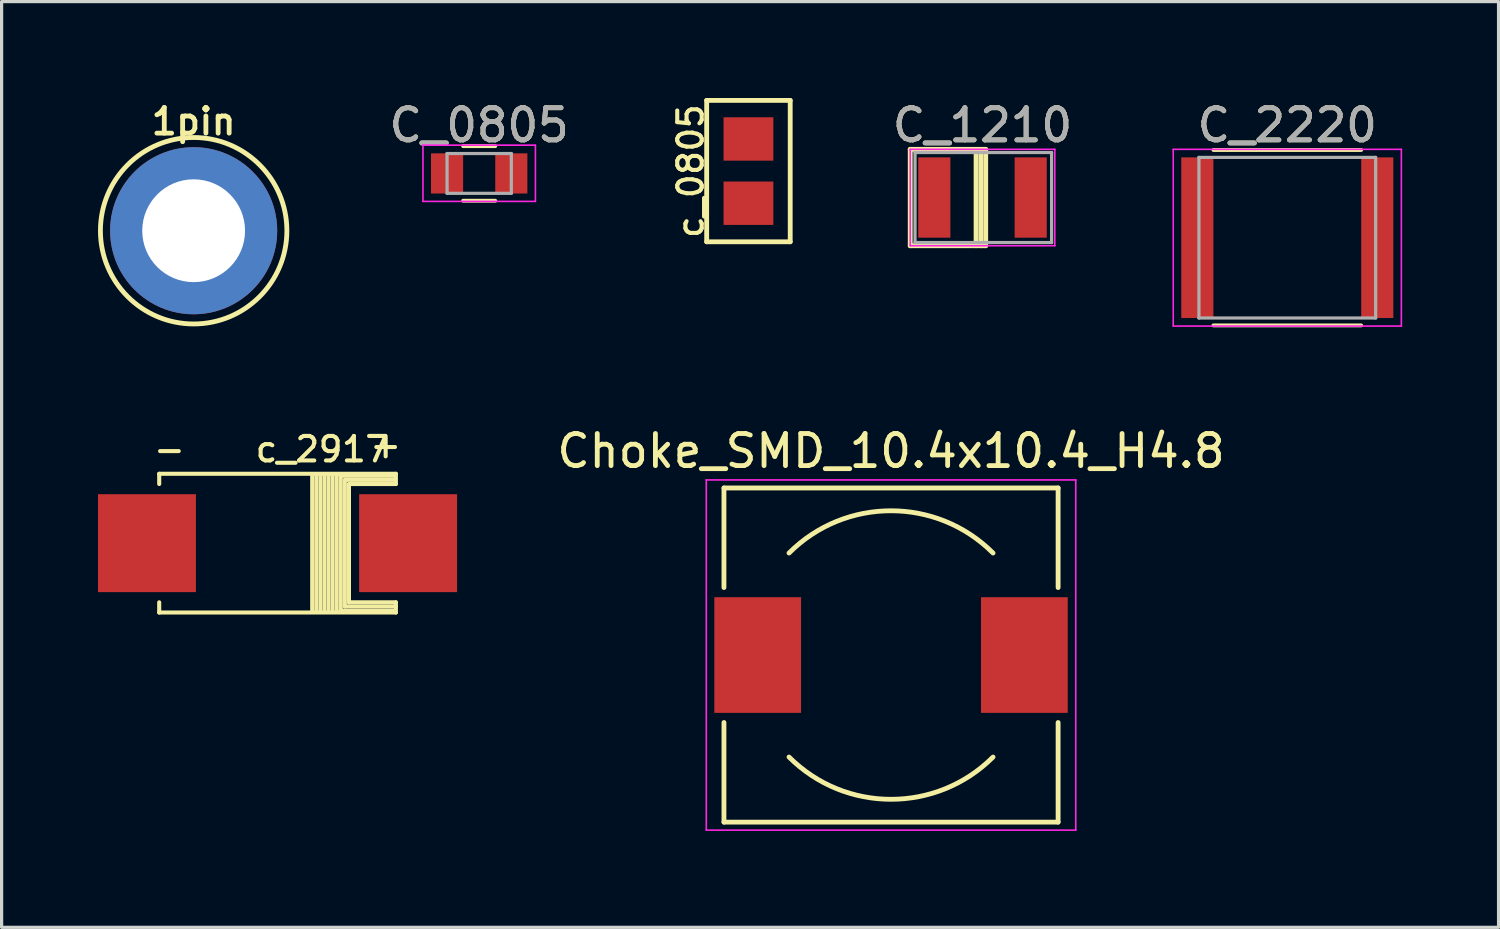
<source format=kicad_pcb>
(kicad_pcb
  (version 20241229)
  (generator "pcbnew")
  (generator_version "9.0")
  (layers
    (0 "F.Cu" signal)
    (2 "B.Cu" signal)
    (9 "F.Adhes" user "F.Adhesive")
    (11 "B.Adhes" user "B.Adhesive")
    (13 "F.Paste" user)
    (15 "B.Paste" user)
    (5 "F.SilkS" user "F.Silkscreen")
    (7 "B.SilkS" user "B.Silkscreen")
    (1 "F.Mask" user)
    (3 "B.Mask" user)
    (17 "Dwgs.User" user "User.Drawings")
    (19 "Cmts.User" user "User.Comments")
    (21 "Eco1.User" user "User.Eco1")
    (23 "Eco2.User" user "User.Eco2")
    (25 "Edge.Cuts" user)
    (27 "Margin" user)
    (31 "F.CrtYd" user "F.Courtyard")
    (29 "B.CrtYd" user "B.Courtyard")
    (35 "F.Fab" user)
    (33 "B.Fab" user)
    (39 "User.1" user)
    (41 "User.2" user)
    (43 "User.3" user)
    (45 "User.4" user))
  (footprint "1pin"
    (layer "F.Cu")
    (at 2.977 4.131)
    (property "Reference" "1pin" (at 0 -3.4 0) (layer "F.SilkS") (effects (font (size 0.8 0.8) (thickness 0.15))))
    (attr through_hole)
    (fp_circle (center 0 0) (end 2.9 0.1) (stroke (width 0.15) (type solid)) (fill no) (layer "F.SilkS"))
    (pad "1" thru_hole circle (at 0 0) (size 5.2 5.2) (drill 3.2) (layers "*.Cu" "*.Mask")))
  (footprint "Choke_SMD_10.4x10.4_H4.8"
    (layer "F.Cu")
    (at 24.682 17.337)
    (property "Reference" "Choke_SMD_10.4x10.4_H4.8" (at 0 -6.35 0) (layer "F.SilkS") (effects (font (size 1 1) (thickness 0.15))))
    (attr smd)
    (fp_line (start -5.2 -5.2) (end -5.2 -2.1) (stroke (width 0.15) (type solid)) (layer "F.SilkS"))
    (fp_line (start -5.2 -5.2) (end 5.2 -5.2) (stroke (width 0.15) (type solid)) (layer "F.SilkS"))
    (fp_line (start -5.2 5.2) (end -5.2 2.1) (stroke (width 0.15) (type solid)) (layer "F.SilkS"))
    (fp_line (start -5.2 5.2) (end 5.2 5.2) (stroke (width 0.15) (type solid)) (layer "F.SilkS"))
    (fp_line (start 5.2 -5.2) (end 5.2 -2.1) (stroke (width 0.15) (type solid)) (layer "F.SilkS"))
    (fp_line (start 5.2 5.2) (end 5.2 2.1) (stroke (width 0.15) (type solid)) (layer "F.SilkS"))
    (fp_arc (start -3.175 -3.175) (mid 0 -4.490128) (end 3.175 -3.175) (stroke (width 0.15) (type solid)) (layer "F.SilkS"))
    (fp_arc (start 3.175 3.175) (mid 0 4.490128) (end -3.175 3.175) (stroke (width 0.15) (type solid)) (layer "F.SilkS"))
    (fp_line (start -5.75 -5.45) (end -5.75 5.45) (stroke (width 0.05) (type solid)) (layer "F.CrtYd"))
    (fp_line (start -5.75 5.45) (end 5.75 5.45) (stroke (width 0.05) (type solid)) (layer "F.CrtYd"))
    (fp_line (start 5.75 -5.45) (end -5.75 -5.45) (stroke (width 0.05) (type solid)) (layer "F.CrtYd"))
    (fp_line (start 5.75 5.45) (end 5.75 -5.45) (stroke (width 0.05) (type solid)) (layer "F.CrtYd"))
    (pad "1" smd rect (at -4.15 0) (size 2.7 3.6) (layers "F.Cu" "F.Mask" "F.Paste"))
    (pad "2" smd rect (at 4.15 0) (size 2.7 3.6) (layers "F.Cu" "F.Mask" "F.Paste")))
  (footprint "c_0805"
    (layer "F.Cu")
    (at 20.244 2.275)
    (property "Reference" "c_0805" (at -1.8 0 90) (layer "F.SilkS") (effects (font (size 0.762 0.762) (thickness 0.127))))
    (attr smd)
    (fp_line (start -1.3 -2.2) (end 1.3 -2.2) (stroke (width 0.15) (type solid)) (layer "F.SilkS"))
    (fp_line (start -1.3 2.2) (end -1.3 -2.2) (stroke (width 0.15) (type solid)) (layer "F.SilkS"))
    (fp_line (start 1.3 -2.2) (end 1.3 2.2) (stroke (width 0.15) (type solid)) (layer "F.SilkS"))
    (fp_line (start 1.3 2.2) (end -1.3 2.2) (stroke (width 0.15) (type solid)) (layer "F.SilkS"))
    (pad "1" smd rect (at 0 -1 90) (size 1.35 1.55) (layers "F.Cu" "F.Mask" "F.Paste"))
    (pad "2" smd rect (at 0 1 90) (size 1.35 1.55) (layers "F.Cu" "F.Mask" "F.Paste")))
  (footprint "C_0805"
    (layer "F.Cu")
    (at 11.864 2.348)
    (property "Reference" "C_0805" (at 0 -1.5 0) (layer "F.SilkS") (effects (font (size 1 1) (thickness 0.15))))
    (attr smd)
    (fp_line (start -0.5 0.85) (end 0.5 0.85) (stroke (width 0.12) (type solid)) (layer "F.SilkS"))
    (fp_line (start 0.5 -0.85) (end -0.5 -0.85) (stroke (width 0.12) (type solid)) (layer "F.SilkS"))
    (fp_line (start -1.75 -0.88) (end -1.75 0.87) (stroke (width 0.05) (type solid)) (layer "F.CrtYd"))
    (fp_line (start -1.75 -0.88) (end 1.75 -0.88) (stroke (width 0.05) (type solid)) (layer "F.CrtYd"))
    (fp_line (start 1.75 0.87) (end -1.75 0.87) (stroke (width 0.05) (type solid)) (layer "F.CrtYd"))
    (fp_line (start 1.75 0.87) (end 1.75 -0.88) (stroke (width 0.05) (type solid)) (layer "F.CrtYd"))
    (fp_line (start -1 -0.62) (end 1 -0.62) (stroke (width 0.1) (type solid)) (layer "F.Fab"))
    (fp_line (start -1 0.62) (end -1 -0.62) (stroke (width 0.1) (type solid)) (layer "F.Fab"))
    (fp_line (start 1 -0.62) (end 1 0.62) (stroke (width 0.1) (type solid)) (layer "F.Fab"))
    (fp_line (start 1 0.62) (end -1 0.62) (stroke (width 0.1) (type solid)) (layer "F.Fab"))
    (fp_text user "${REFERENCE}" (at 0 -1.5 0) (layer "F.Fab") (effects (font (size 1 1) (thickness 0.15))))
    (pad "1" smd rect (at -1 0) (size 1 1.25) (layers "F.Cu" "F.Mask" "F.Paste"))
    (pad "2" smd rect (at 1 0) (size 1 1.25) (layers "F.Cu" "F.Mask" "F.Paste")))
  (footprint "c_2917"
    (layer "F.Cu")
    (at 5.588 13.855)
    (property "Reference" "c_2917" (at 1.397 -2.921 0) (layer "F.SilkS") (effects (font (size 0.762 0.762) (thickness 0.127))))
    (attr smd)
    (fp_line (start -3.683 -2.159) (end 3.683 -2.159) (stroke (width 0.127) (type solid)) (layer "F.SilkS"))
    (fp_line (start -3.683 -1.841) (end -3.683 -2.159) (stroke (width 0.127) (type solid)) (layer "F.SilkS"))
    (fp_line (start -3.683 2.159) (end -3.683 1.841) (stroke (width 0.127) (type solid)) (layer "F.SilkS"))
    (fp_line (start 1.079 -2.095) (end 1.079 2.095) (stroke (width 0.127) (type solid)) (layer "F.SilkS"))
    (fp_line (start 1.206 -2.095) (end 1.206 2.095) (stroke (width 0.127) (type solid)) (layer "F.SilkS"))
    (fp_line (start 1.333 -2.095) (end 1.333 2.095) (stroke (width 0.127) (type solid)) (layer "F.SilkS"))
    (fp_line (start 1.46 2.095) (end 1.46 -2.095) (stroke (width 0.127) (type solid)) (layer "F.SilkS"))
    (fp_line (start 1.587 -2.095) (end 1.587 2.095) (stroke (width 0.127) (type solid)) (layer "F.SilkS"))
    (fp_line (start 1.714 2.095) (end 1.714 -2.095) (stroke (width 0.127) (type solid)) (layer "F.SilkS"))
    (fp_line (start 1.841 -2.095) (end 1.841 2.095) (stroke (width 0.127) (type solid)) (layer "F.SilkS"))
    (fp_line (start 1.968 -2.095) (end 1.968 2.095) (stroke (width 0.127) (type solid)) (layer "F.SilkS"))
    (fp_line (start 1.968 2.095) (end 3.619 2.095) (stroke (width 0.127) (type solid)) (layer "F.SilkS"))
    (fp_line (start 2.095 -1.968) (end 3.619 -1.968) (stroke (width 0.127) (type solid)) (layer "F.SilkS"))
    (fp_line (start 2.095 1.968) (end 2.095 -1.968) (stroke (width 0.127) (type solid)) (layer "F.SilkS"))
    (fp_line (start 2.223 -1.841) (end 2.223 1.841) (stroke (width 0.127) (type solid)) (layer "F.SilkS"))
    (fp_line (start 2.223 1.841) (end 3.683 1.841) (stroke (width 0.127) (type solid)) (layer "F.SilkS"))
    (fp_line (start 3.619 -2.095) (end 1.968 -2.095) (stroke (width 0.127) (type solid)) (layer "F.SilkS"))
    (fp_line (start 3.683 -2.159) (end 3.683 -1.841) (stroke (width 0.127) (type solid)) (layer "F.SilkS"))
    (fp_line (start 3.683 -1.841) (end 2.223 -1.841) (stroke (width 0.127) (type solid)) (layer "F.SilkS"))
    (fp_line (start 3.683 1.841) (end 3.683 2.159) (stroke (width 0.127) (type solid)) (layer "F.SilkS"))
    (fp_line (start 3.683 1.968) (end 2.095 1.968) (stroke (width 0.127) (type solid)) (layer "F.SilkS"))
    (fp_line (start 3.683 2.159) (end -3.683 2.159) (stroke (width 0.127) (type solid)) (layer "F.SilkS"))
    (fp_text user "+" (at 3.365 -3.048 0) (layer "F.SilkS") (effects (font (size 0.762 0.762) (thickness 0.127))))
    (fp_text user "-" (at -3.365 -2.921 0) (layer "F.SilkS") (effects (font (size 0.762 0.762) (thickness 0.127))))
    (pad "1" smd rect (at 4.064 0) (size 3.048 3.048) (layers "F.Cu" "F.Mask" "F.Paste"))
    (pad "2" smd rect (at -4.064 0) (size 3.048 3.048) (layers "F.Cu" "F.Mask" "F.Paste")))
  (footprint "C_2220"
    (layer "F.Cu")
    (at 37.015 4.348)
    (property "Reference" "C_2220" (at 0 -3.5 0) (layer "F.SilkS") (effects (font (size 1 1) (thickness 0.15))))
    (attr smd)
    (fp_line (start -2.3 2.73) (end 2.3 2.73) (stroke (width 0.12) (type solid)) (layer "F.SilkS"))
    (fp_line (start 2.3 -2.73) (end -2.3 -2.73) (stroke (width 0.12) (type solid)) (layer "F.SilkS"))
    (fp_line (start -3.55 -2.75) (end -3.55 2.75) (stroke (width 0.05) (type solid)) (layer "F.CrtYd"))
    (fp_line (start -3.55 -2.75) (end 3.55 -2.75) (stroke (width 0.05) (type solid)) (layer "F.CrtYd"))
    (fp_line (start 3.55 2.75) (end -3.55 2.75) (stroke (width 0.05) (type solid)) (layer "F.CrtYd"))
    (fp_line (start 3.55 2.75) (end 3.55 -2.75) (stroke (width 0.05) (type solid)) (layer "F.CrtYd"))
    (fp_line (start -2.75 -2.5) (end 2.75 -2.5) (stroke (width 0.1) (type solid)) (layer "F.Fab"))
    (fp_line (start -2.75 2.5) (end -2.75 -2.5) (stroke (width 0.1) (type solid)) (layer "F.Fab"))
    (fp_line (start 2.75 -2.5) (end 2.75 2.5) (stroke (width 0.1) (type solid)) (layer "F.Fab"))
    (fp_line (start 2.75 2.5) (end -2.75 2.5) (stroke (width 0.1) (type solid)) (layer "F.Fab"))
    (fp_text user "${REFERENCE}" (at 0 -3.5 0) (layer "F.Fab") (effects (font (size 1 1) (thickness 0.15))))
    (pad "1" smd rect (at -2.8 0) (size 1 5) (layers "F.Cu" "F.Mask" "F.Paste"))
    (pad "2" smd rect (at 2.8 0) (size 1 5) (layers "F.Cu" "F.Mask" "F.Paste")))
  (footprint "C_1210"
    (layer "F.Cu")
    (at 27.529 3.098)
    (property "Reference" "C_1210" (at 0 -2.25 0) (layer "F.SilkS") (effects (font (size 1 1) (thickness 0.15))))
    (attr smd)
    (fp_line (start -2.25 -1.5) (end -2.25 1.5) (stroke (width 0.15) (type solid)) (layer "F.SilkS"))
    (fp_line (start -2.25 1.5) (end 0.1 1.5) (stroke (width 0.15) (type solid)) (layer "F.SilkS"))
    (fp_line (start -0.2 -1.5) (end -0.2 1.5) (stroke (width 0.15) (type solid)) (layer "F.SilkS"))
    (fp_line (start -0.05 -1.5) (end -0.05 1.5) (stroke (width 0.15) (type solid)) (layer "F.SilkS"))
    (fp_line (start 0.1 -1.5) (end -2.25 -1.5) (stroke (width 0.15) (type solid)) (layer "F.SilkS"))
    (fp_line (start 0.1 -1.5) (end 0.1 1.5) (stroke (width 0.15) (type solid)) (layer "F.SilkS"))
    (fp_line (start -2.25 -1.5) (end -2.25 1.5) (stroke (width 0.05) (type solid)) (layer "F.CrtYd"))
    (fp_line (start -2.25 -1.5) (end 2.25 -1.5) (stroke (width 0.05) (type solid)) (layer "F.CrtYd"))
    (fp_line (start 2.25 1.5) (end -2.25 1.5) (stroke (width 0.05) (type solid)) (layer "F.CrtYd"))
    (fp_line (start 2.25 1.5) (end 2.25 -1.5) (stroke (width 0.05) (type solid)) (layer "F.CrtYd"))
    (fp_line (start -2.1 -1.4) (end 2.15 -1.4) (stroke (width 0.1) (type solid)) (layer "F.Fab"))
    (fp_line (start -2.1 1.4) (end -2.1 -1.4) (stroke (width 0.1) (type solid)) (layer "F.Fab"))
    (fp_line (start 2.15 -1.4) (end 2.15 1.4) (stroke (width 0.1) (type solid)) (layer "F.Fab"))
    (fp_line (start 2.15 1.4) (end -2.1 1.4) (stroke (width 0.1) (type solid)) (layer "F.Fab"))
    (fp_text user "${REFERENCE}" (at 0 -2.25 0) (layer "F.Fab") (effects (font (size 1 1) (thickness 0.15))))
    (pad "1" smd rect (at -1.5 0) (size 1 2.5) (layers "F.Cu" "F.Mask" "F.Paste"))
    (pad "2" smd rect (at 1.5 0) (size 1 2.5) (layers "F.Cu" "F.Mask" "F.Paste")))
  (gr_rect
    (start -3 -3)
    (end 43.59 25.811)
    (stroke (width 0.1) (type default))
    (fill no)
    (layer "Edge.Cuts")))
</source>
